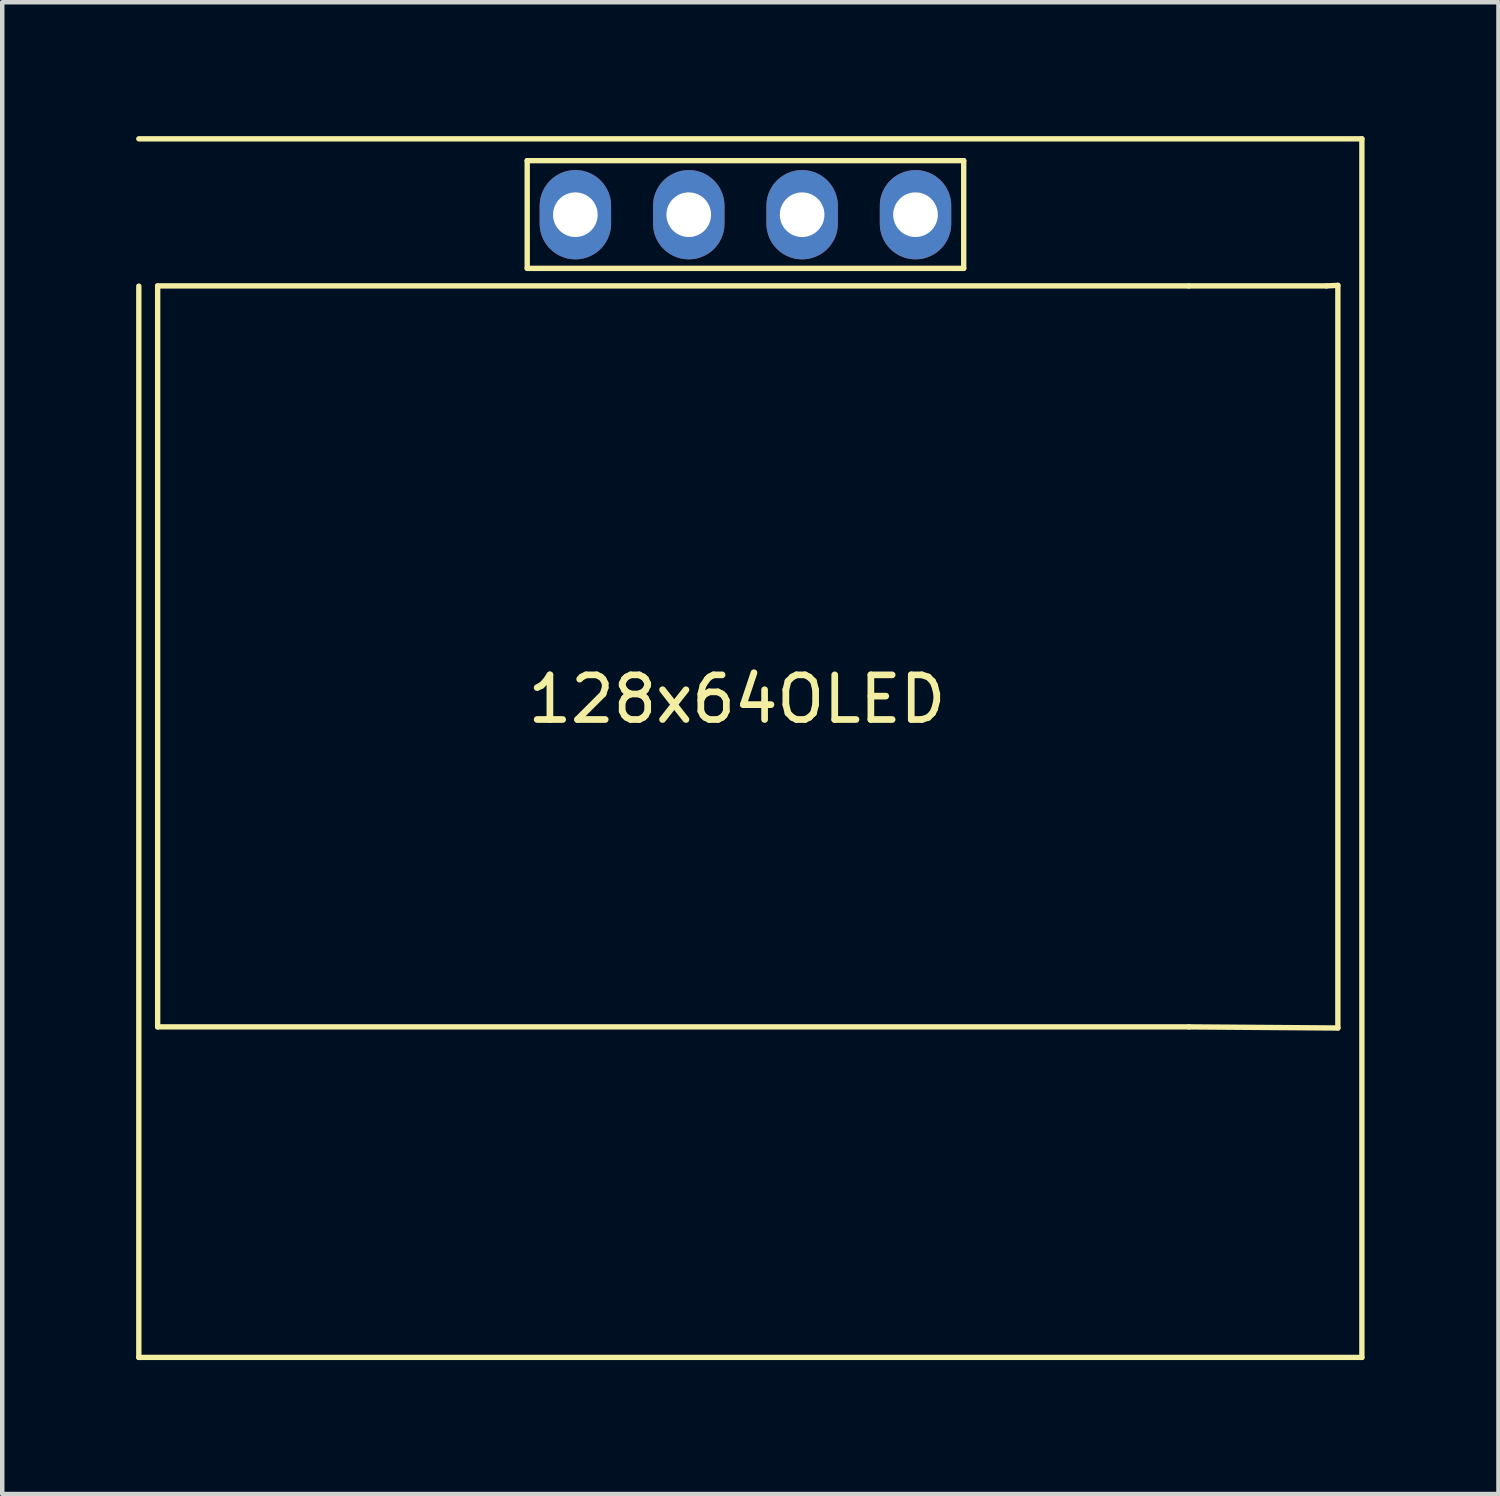
<source format=kicad_pcb>
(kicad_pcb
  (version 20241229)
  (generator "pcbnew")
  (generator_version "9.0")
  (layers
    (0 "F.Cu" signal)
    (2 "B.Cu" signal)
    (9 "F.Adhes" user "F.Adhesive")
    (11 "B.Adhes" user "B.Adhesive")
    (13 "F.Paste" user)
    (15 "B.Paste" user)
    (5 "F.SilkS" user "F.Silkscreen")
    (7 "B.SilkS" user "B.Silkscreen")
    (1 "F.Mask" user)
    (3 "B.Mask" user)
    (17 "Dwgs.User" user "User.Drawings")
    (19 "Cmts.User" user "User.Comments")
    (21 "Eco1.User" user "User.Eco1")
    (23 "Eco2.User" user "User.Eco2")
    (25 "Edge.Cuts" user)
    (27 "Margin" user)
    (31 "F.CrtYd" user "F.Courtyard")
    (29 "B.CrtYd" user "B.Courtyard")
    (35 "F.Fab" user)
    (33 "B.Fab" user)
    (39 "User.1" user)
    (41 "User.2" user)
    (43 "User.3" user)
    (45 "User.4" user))
  (footprint "128x64OLED"
    (layer "F.Cu")
    (at 13.66 11.66)
    (property "Reference" "128x64OLED" (at -0.2 0.954 0) (layer "F.SilkS") (effects (font (size 1 1) (thickness 0.15))))
    (attr through_hole)
    (fp_line (start -13.6 -11.6) (end 13.8 -11.6) (stroke (width 0.12) (type solid)) (layer "F.SilkS"))
    (fp_line (start -13.6 15.7) (end -13.6 -8.3) (stroke (width 0.12) (type solid)) (layer "F.SilkS"))
    (fp_line (start -13.178 -8.305) (end 9.922 -8.305) (stroke (width 0.12) (type solid)) (layer "F.SilkS"))
    (fp_line (start -13.178 8.295) (end -13.178 -8.305) (stroke (width 0.12) (type solid)) (layer "F.SilkS"))
    (fp_line (start -4.899 -11.111) (end -4.899 -8.698) (stroke (width 0.12) (type solid)) (layer "F.SilkS"))
    (fp_line (start -4.899 -11.111) (end 4.88 -11.111) (stroke (width 0.12) (type solid)) (layer "F.SilkS"))
    (fp_line (start 4.88 -11.111) (end 4.88 -8.698) (stroke (width 0.12) (type solid)) (layer "F.SilkS"))
    (fp_line (start 4.88 -8.698) (end -4.899 -8.698) (stroke (width 0.12) (type solid)) (layer "F.SilkS"))
    (fp_line (start 9.922 -8.305) (end 13.008 -8.305) (stroke (width 0.12) (type solid)) (layer "F.SilkS"))
    (fp_line (start 9.922 8.295) (end -13.178 8.295) (stroke (width 0.12) (type solid)) (layer "F.SilkS"))
    (fp_line (start 9.922 8.295) (end 13.262 8.32) (stroke (width 0.12) (type solid)) (layer "F.SilkS"))
    (fp_line (start 13.262 -8.317) (end 13.008 -8.305) (stroke (width 0.12) (type solid)) (layer "F.SilkS"))
    (fp_line (start 13.262 8.32) (end 13.262 -8.317) (stroke (width 0.12) (type solid)) (layer "F.SilkS"))
    (fp_line (start 13.8 -11.6) (end 13.8 15.7) (stroke (width 0.12) (type solid)) (layer "F.SilkS"))
    (fp_line (start 13.8 15.7) (end -13.6 15.7) (stroke (width 0.12) (type solid)) (layer "F.SilkS"))
    (pad "1" thru_hole oval (at -3.82 -9.9 90) (size 2 1.6) (drill 1) (layers "*.Cu" "*.Mask"))
    (pad "2" thru_hole oval (at -1.28 -9.9 90) (size 2 1.6) (drill 1) (layers "*.Cu" "*.Mask"))
    (pad "3" thru_hole oval (at 1.26 -9.9 90) (size 2 1.6) (drill 1) (layers "*.Cu" "*.Mask"))
    (pad "4" thru_hole oval (at 3.8 -9.9 90) (size 2 1.6) (drill 1) (layers "*.Cu" "*.Mask")))
  (gr_rect
    (start -3 -3)
    (end 30.52 30.42)
    (stroke (width 0.1) (type default))
    (fill no)
    (layer "Edge.Cuts")))
</source>
